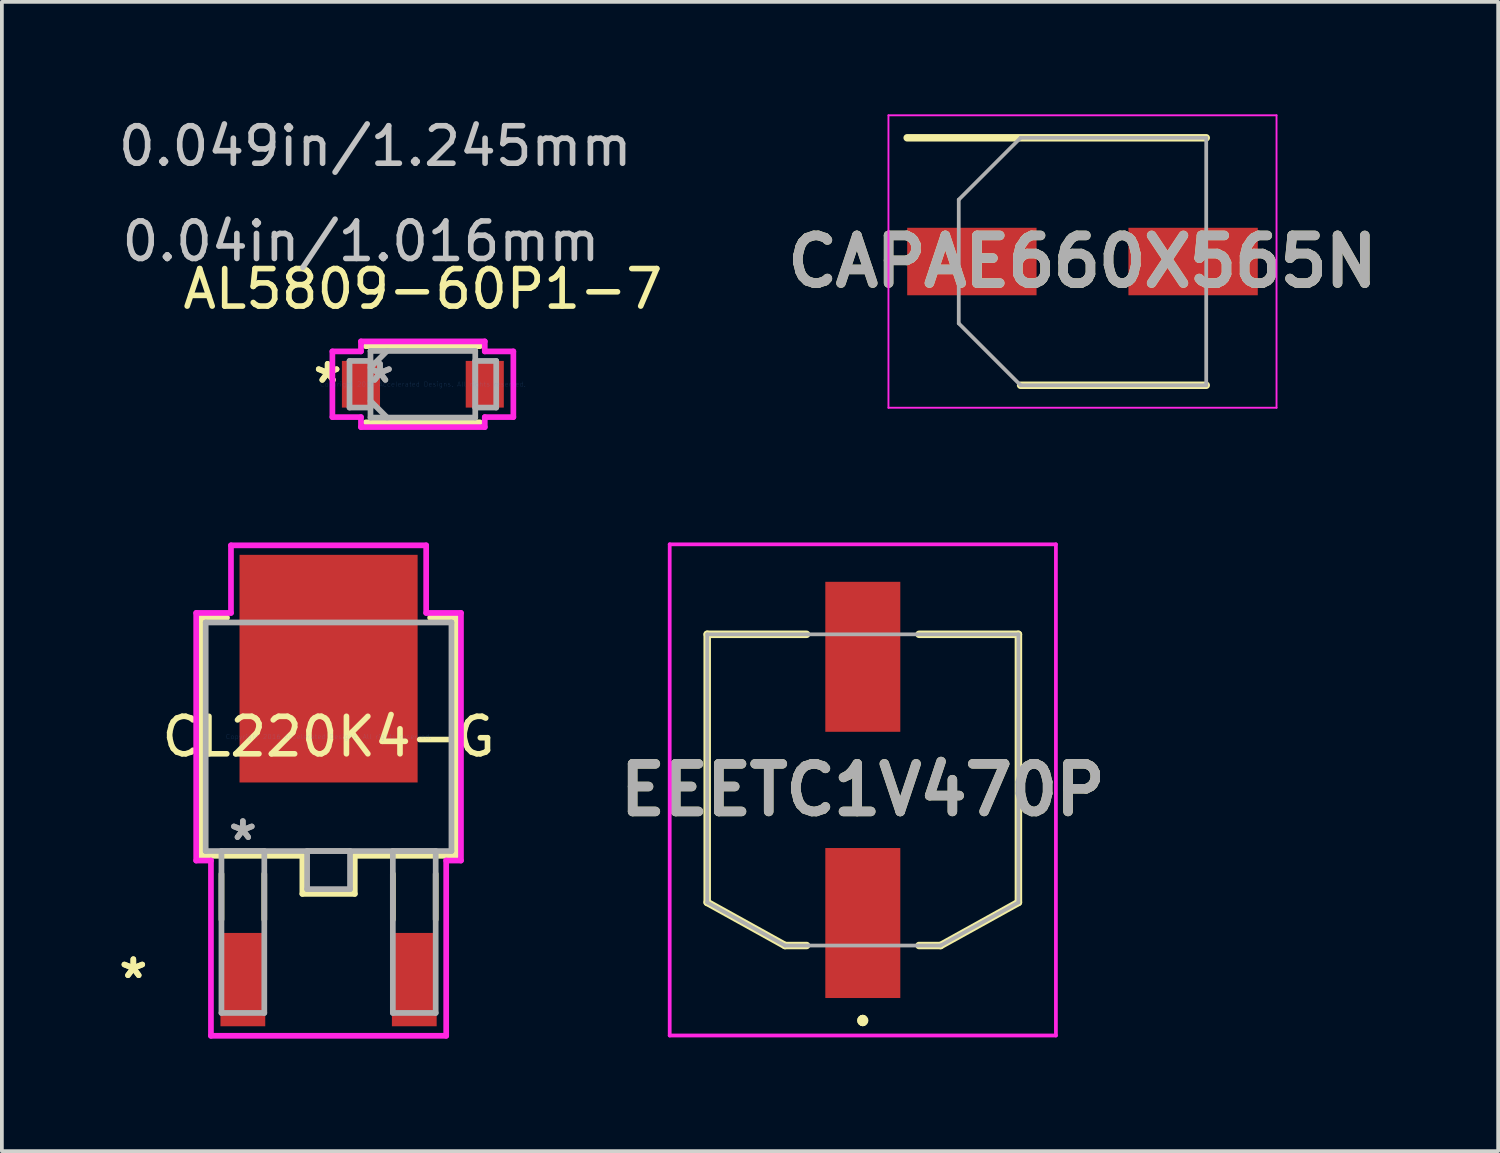
<source format=kicad_pcb>
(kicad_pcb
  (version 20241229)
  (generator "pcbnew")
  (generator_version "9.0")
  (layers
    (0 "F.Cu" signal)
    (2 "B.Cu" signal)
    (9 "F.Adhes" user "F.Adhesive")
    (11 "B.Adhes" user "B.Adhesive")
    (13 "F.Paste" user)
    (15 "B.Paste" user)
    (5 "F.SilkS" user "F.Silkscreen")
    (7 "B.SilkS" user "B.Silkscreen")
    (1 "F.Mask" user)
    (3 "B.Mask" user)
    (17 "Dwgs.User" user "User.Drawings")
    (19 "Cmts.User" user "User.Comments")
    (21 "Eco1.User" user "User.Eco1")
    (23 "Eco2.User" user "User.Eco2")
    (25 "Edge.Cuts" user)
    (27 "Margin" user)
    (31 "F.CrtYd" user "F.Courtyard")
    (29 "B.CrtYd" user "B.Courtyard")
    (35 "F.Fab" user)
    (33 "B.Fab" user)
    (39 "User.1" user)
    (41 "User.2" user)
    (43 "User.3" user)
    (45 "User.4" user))
  (footprint "AL5809-60P1-7"
    (layer "F.Cu")
    (at 8.228 7.198)
    (property "Reference" "AL5809-60P1-7" (at 0 -2.54 0) (layer "F.SilkS") (effects (font (size 1 1) (thickness 0.15))))
    (attr smd)
    (fp_line (start -1.524 1.016) (end 1.524 1.016) (stroke (width 0.152) (type solid)) (layer "F.SilkS"))
    (fp_line (start 1.524 -1.016) (end -1.524 -1.016) (stroke (width 0.152) (type solid)) (layer "F.SilkS"))
    (fp_line (start -2.413 -0.876) (end -1.651 -0.876) (stroke (width 0.152) (type solid)) (layer "F.CrtYd"))
    (fp_line (start -2.413 0.876) (end -2.413 -0.876) (stroke (width 0.152) (type solid)) (layer "F.CrtYd"))
    (fp_line (start -1.651 -1.143) (end 1.651 -1.143) (stroke (width 0.152) (type solid)) (layer "F.CrtYd"))
    (fp_line (start -1.651 -0.876) (end -1.651 -1.143) (stroke (width 0.152) (type solid)) (layer "F.CrtYd"))
    (fp_line (start -1.651 0.876) (end -2.413 0.876) (stroke (width 0.152) (type solid)) (layer "F.CrtYd"))
    (fp_line (start -1.651 1.143) (end -1.651 0.876) (stroke (width 0.152) (type solid)) (layer "F.CrtYd"))
    (fp_line (start 1.651 -1.143) (end 1.651 -0.876) (stroke (width 0.152) (type solid)) (layer "F.CrtYd"))
    (fp_line (start 1.651 -0.876) (end 2.413 -0.876) (stroke (width 0.152) (type solid)) (layer "F.CrtYd"))
    (fp_line (start 1.651 0.876) (end 1.651 1.143) (stroke (width 0.152) (type solid)) (layer "F.CrtYd"))
    (fp_line (start 1.651 1.143) (end -1.651 1.143) (stroke (width 0.152) (type solid)) (layer "F.CrtYd"))
    (fp_line (start 2.413 -0.876) (end 2.413 0.876) (stroke (width 0.152) (type solid)) (layer "F.CrtYd"))
    (fp_line (start 2.413 0.876) (end 1.651 0.876) (stroke (width 0.152) (type solid)) (layer "F.CrtYd"))
    (fp_line (start -1.956 -0.622) (end -1.956 0.622) (stroke (width 0.152) (type solid)) (layer "F.Fab"))
    (fp_line (start -1.956 0.622) (end -1.397 0.622) (stroke (width 0.152) (type solid)) (layer "F.Fab"))
    (fp_line (start -1.397 -0.889) (end -1.397 0.889) (stroke (width 0.152) (type solid)) (layer "F.Fab"))
    (fp_line (start -1.397 -0.622) (end -1.956 -0.622) (stroke (width 0.152) (type solid)) (layer "F.Fab"))
    (fp_line (start -1.397 -0.445) (end -0.953 -0.889) (stroke (width 0.152) (type solid)) (layer "F.Fab"))
    (fp_line (start -1.397 0.445) (end -0.953 0.889) (stroke (width 0.152) (type solid)) (layer "F.Fab"))
    (fp_line (start -1.397 0.622) (end -1.397 -0.622) (stroke (width 0.152) (type solid)) (layer "F.Fab"))
    (fp_line (start -1.397 0.889) (end 1.397 0.889) (stroke (width 0.152) (type solid)) (layer "F.Fab"))
    (fp_line (start 1.397 -0.889) (end -1.397 -0.889) (stroke (width 0.152) (type solid)) (layer "F.Fab"))
    (fp_line (start 1.397 -0.622) (end 1.397 0.622) (stroke (width 0.152) (type solid)) (layer "F.Fab"))
    (fp_line (start 1.397 0.622) (end 1.956 0.622) (stroke (width 0.152) (type solid)) (layer "F.Fab"))
    (fp_line (start 1.397 0.889) (end 1.397 -0.889) (stroke (width 0.152) (type solid)) (layer "F.Fab"))
    (fp_line (start 1.956 -0.622) (end 1.397 -0.622) (stroke (width 0.152) (type solid)) (layer "F.Fab"))
    (fp_line (start 1.956 0.622) (end 1.956 -0.622) (stroke (width 0.152) (type solid)) (layer "F.Fab"))
    (fp_text user "*" (at -2.54 0 0) (layer "F.SilkS") (effects (font (size 1 1) (thickness 0.15))))
    (fp_text user "*" (at -2.54 0 0) (layer "F.SilkS") (effects (font (size 1 1) (thickness 0.15))))
    (fp_text user "0.049in/1.245mm" (at -1.27 -6.35 0) (layer "Dwgs.User") (effects (font (size 1 1) (thickness 0.15))))
    (fp_text user "0.04in/1.016mm" (at -1.651 -3.81 0) (layer "Dwgs.User") (effects (font (size 1 1) (thickness 0.15))))
    (fp_text user "Copyright 2016 Accelerated Designs. All rights reserved." (at 0 0 0) (layer "Cmts.User") (effects (font (size 0.127 0.127) (thickness 0.002))))
    (fp_text user "*" (at -1.143 0 0) (layer "F.Fab") (effects (font (size 1 1) (thickness 0.15))))
    (fp_text user "*" (at -1.143 0 0) (layer "F.Fab") (effects (font (size 1 1) (thickness 0.15))))
    (pad "1" smd rect (at -1.651 0) (size 1.016 1.245) (layers "F.Cu" "F.Mask" "F.Paste"))
    (pad "2" smd rect (at 1.651 0) (size 1.016 1.245) (layers "F.Cu" "F.Mask" "F.Paste")))
  (footprint "EEETC1V470P"
    (layer "F.Cu")
    (at 19.961 18.017)
    (property "Reference" "EEETC1V470P" (at 0 0 0) (layer "F.SilkS") (effects (font (size 1.27 1.27) (thickness 0.254))))
    (attr smd)
    (fp_line (start -4.15 -4.15) (end -1.5 -4.15) (stroke (width 0.2) (type solid)) (layer "F.SilkS"))
    (fp_line (start -4.15 3) (end -4.15 -4.15) (stroke (width 0.2) (type solid)) (layer "F.SilkS"))
    (fp_line (start -2.075 4.15) (end -4.15 3) (stroke (width 0.2) (type solid)) (layer "F.SilkS"))
    (fp_line (start -1.5 4.15) (end -2.075 4.15) (stroke (width 0.2) (type solid)) (layer "F.SilkS"))
    (fp_line (start 0 6.1) (end 0 6.1) (stroke (width 0.2) (type solid)) (layer "F.SilkS"))
    (fp_line (start 0 6.1) (end 0 6.1) (stroke (width 0.2) (type solid)) (layer "F.SilkS"))
    (fp_line (start 0 6.2) (end 0 6.2) (stroke (width 0.2) (type solid)) (layer "F.SilkS"))
    (fp_line (start 1.5 -4.15) (end 4.15 -4.15) (stroke (width 0.2) (type solid)) (layer "F.SilkS"))
    (fp_line (start 2.075 4.15) (end 1.5 4.15) (stroke (width 0.2) (type solid)) (layer "F.SilkS"))
    (fp_line (start 4.15 -4.15) (end 4.15 3) (stroke (width 0.2) (type solid)) (layer "F.SilkS"))
    (fp_line (start 4.15 3) (end 2.075 4.15) (stroke (width 0.2) (type solid)) (layer "F.SilkS"))
    (fp_arc (start 0 6.1) (mid 0.05 6.15) (end 0 6.2) (stroke (width 0.2) (type solid)) (layer "F.SilkS"))
    (fp_arc (start 0 6.2) (mid -0.05 6.15) (end 0 6.1) (stroke (width 0.2) (type solid)) (layer "F.SilkS"))
    (fp_arc (start 0 6.2) (mid -0.05 6.15) (end 0 6.1) (stroke (width 0.2) (type solid)) (layer "F.SilkS"))
    (fp_line (start -5.15 -6.55) (end 5.15 -6.55) (stroke (width 0.1) (type solid)) (layer "F.CrtYd"))
    (fp_line (start -5.15 6.55) (end -5.15 -6.55) (stroke (width 0.1) (type solid)) (layer "F.CrtYd"))
    (fp_line (start 5.15 -6.55) (end 5.15 6.55) (stroke (width 0.1) (type solid)) (layer "F.CrtYd"))
    (fp_line (start 5.15 6.55) (end -5.15 6.55) (stroke (width 0.1) (type solid)) (layer "F.CrtYd"))
    (fp_line (start -4.15 -4.15) (end 4.15 -4.15) (stroke (width 0.1) (type solid)) (layer "F.Fab"))
    (fp_line (start -4.15 3) (end -4.15 -4.15) (stroke (width 0.1) (type solid)) (layer "F.Fab"))
    (fp_line (start -2.075 4.15) (end -4.15 3) (stroke (width 0.1) (type solid)) (layer "F.Fab"))
    (fp_line (start 2.075 4.15) (end -2.075 4.15) (stroke (width 0.1) (type solid)) (layer "F.Fab"))
    (fp_line (start 4.15 -4.15) (end 4.15 3) (stroke (width 0.1) (type solid)) (layer "F.Fab"))
    (fp_line (start 4.15 3) (end 2.075 4.15) (stroke (width 0.1) (type solid)) (layer "F.Fab"))
    (fp_text user "${REFERENCE}" (at 0 0 0) (layer "F.Fab") (effects (font (size 1.27 1.27) (thickness 0.254))))
    (pad "1" smd rect (at 0 3.55) (size 2 4) (layers "F.Cu" "F.Mask" "F.Paste"))
    (pad "2" smd rect (at 0 -3.55) (size 2 4) (layers "F.Cu" "F.Mask" "F.Paste")))
  (footprint "CAPAE660X565N"
    (layer "F.Cu")
    (at 25.82 3.925)
    (property "Reference" "CAPAE660X565N" (at 0 0 0) (layer "F.SilkS") (effects (font (size 1.27 1.27) (thickness 0.254))))
    (attr smd)
    (fp_line (start -4.675 -3.3) (end 3.3 -3.3) (stroke (width 0.2) (type solid)) (layer "F.SilkS"))
    (fp_line (start -1.65 3.3) (end 3.3 3.3) (stroke (width 0.2) (type solid)) (layer "F.SilkS"))
    (fp_line (start -5.175 -3.9) (end 5.175 -3.9) (stroke (width 0.05) (type solid)) (layer "F.CrtYd"))
    (fp_line (start -5.175 3.9) (end -5.175 -3.9) (stroke (width 0.05) (type solid)) (layer "F.CrtYd"))
    (fp_line (start 5.175 -3.9) (end 5.175 3.9) (stroke (width 0.05) (type solid)) (layer "F.CrtYd"))
    (fp_line (start 5.175 3.9) (end -5.175 3.9) (stroke (width 0.05) (type solid)) (layer "F.CrtYd"))
    (fp_line (start -3.3 -1.65) (end -3.3 1.65) (stroke (width 0.1) (type solid)) (layer "F.Fab"))
    (fp_line (start -3.3 1.65) (end -1.65 3.3) (stroke (width 0.1) (type solid)) (layer "F.Fab"))
    (fp_line (start -1.65 -3.3) (end -3.3 -1.65) (stroke (width 0.1) (type solid)) (layer "F.Fab"))
    (fp_line (start -1.65 3.3) (end 3.3 3.3) (stroke (width 0.1) (type solid)) (layer "F.Fab"))
    (fp_line (start 3.3 -3.3) (end -1.65 -3.3) (stroke (width 0.1) (type solid)) (layer "F.Fab"))
    (fp_line (start 3.3 3.3) (end 3.3 -3.3) (stroke (width 0.1) (type solid)) (layer "F.Fab"))
    (fp_text user "${REFERENCE}" (at 0 0 0) (layer "F.Fab") (effects (font (size 1.27 1.27) (thickness 0.254))))
    (pad "1" smd rect (at -2.95 0 90) (size 1.8 3.45) (layers "F.Cu" "F.Mask" "F.Paste"))
    (pad "2" smd rect (at 2.95 0 90) (size 1.8 3.45) (layers "F.Cu" "F.Mask" "F.Paste")))
  (footprint "CL220K4-G"
    (layer "F.Cu")
    (at 5.713 16.599)
    (property "Reference" "CL220K4-G" (at 0 0 0) (layer "F.SilkS") (effects (font (size 1 1) (thickness 0.15))))
    (attr through_hole)
    (fp_line (start -3.404 -3.175) (end -3.404 3.175) (stroke (width 0.152) (type solid)) (layer "F.SilkS"))
    (fp_line (start -3.404 3.175) (end -0.699 3.175) (stroke (width 0.152) (type solid)) (layer "F.SilkS"))
    (fp_line (start -2.857 3.658) (end -2.857 4.877) (stroke (width 0.152) (type solid)) (layer "F.SilkS"))
    (fp_line (start -2.708 -3.175) (end -3.404 -3.175) (stroke (width 0.152) (type solid)) (layer "F.SilkS"))
    (fp_line (start -1.714 3.658) (end -1.714 4.877) (stroke (width 0.152) (type solid)) (layer "F.SilkS"))
    (fp_line (start -0.699 3.175) (end -0.699 4.191) (stroke (width 0.152) (type solid)) (layer "F.SilkS"))
    (fp_line (start -0.699 4.191) (end 0.699 4.191) (stroke (width 0.152) (type solid)) (layer "F.SilkS"))
    (fp_line (start 0.699 3.175) (end 3.404 3.175) (stroke (width 0.152) (type solid)) (layer "F.SilkS"))
    (fp_line (start 0.699 4.191) (end 0.699 3.175) (stroke (width 0.152) (type solid)) (layer "F.SilkS"))
    (fp_line (start 1.714 3.658) (end 1.714 4.877) (stroke (width 0.152) (type solid)) (layer "F.SilkS"))
    (fp_line (start 2.857 3.658) (end 2.857 4.877) (stroke (width 0.152) (type solid)) (layer "F.SilkS"))
    (fp_line (start 3.404 -3.175) (end 2.708 -3.175) (stroke (width 0.152) (type solid)) (layer "F.SilkS"))
    (fp_line (start 3.404 3.175) (end 3.404 -3.175) (stroke (width 0.152) (type solid)) (layer "F.SilkS"))
    (fp_line (start -3.531 -3.302) (end -2.603 -3.302) (stroke (width 0.152) (type solid)) (layer "F.CrtYd"))
    (fp_line (start -3.531 3.302) (end -3.531 -3.302) (stroke (width 0.152) (type solid)) (layer "F.CrtYd"))
    (fp_line (start -3.137 3.302) (end -3.531 3.302) (stroke (width 0.152) (type solid)) (layer "F.CrtYd"))
    (fp_line (start -3.137 7.976) (end -3.137 3.302) (stroke (width 0.152) (type solid)) (layer "F.CrtYd"))
    (fp_line (start -2.603 -5.105) (end 2.603 -5.105) (stroke (width 0.152) (type solid)) (layer "F.CrtYd"))
    (fp_line (start -2.603 -3.302) (end -2.603 -5.105) (stroke (width 0.152) (type solid)) (layer "F.CrtYd"))
    (fp_line (start 2.603 -5.105) (end 2.603 -3.302) (stroke (width 0.152) (type solid)) (layer "F.CrtYd"))
    (fp_line (start 2.603 -3.302) (end 3.531 -3.302) (stroke (width 0.152) (type solid)) (layer "F.CrtYd"))
    (fp_line (start 3.137 3.302) (end 3.137 7.976) (stroke (width 0.152) (type solid)) (layer "F.CrtYd"))
    (fp_line (start 3.137 7.976) (end -3.137 7.976) (stroke (width 0.152) (type solid)) (layer "F.CrtYd"))
    (fp_line (start 3.531 -3.302) (end 3.531 3.302) (stroke (width 0.152) (type solid)) (layer "F.CrtYd"))
    (fp_line (start 3.531 3.302) (end 3.137 3.302) (stroke (width 0.152) (type solid)) (layer "F.CrtYd"))
    (fp_line (start -3.277 -3.048) (end -3.277 3.048) (stroke (width 0.152) (type solid)) (layer "F.Fab"))
    (fp_line (start -3.277 3.048) (end 3.277 3.048) (stroke (width 0.152) (type solid)) (layer "F.Fab"))
    (fp_line (start -2.857 3.048) (end -2.857 7.366) (stroke (width 0.152) (type solid)) (layer "F.Fab"))
    (fp_line (start -2.857 7.366) (end -1.714 7.366) (stroke (width 0.152) (type solid)) (layer "F.Fab"))
    (fp_line (start -1.714 3.048) (end -2.857 3.048) (stroke (width 0.152) (type solid)) (layer "F.Fab"))
    (fp_line (start -1.714 7.366) (end -1.714 3.048) (stroke (width 0.152) (type solid)) (layer "F.Fab"))
    (fp_line (start -0.572 3.048) (end -0.572 4.064) (stroke (width 0.152) (type solid)) (layer "F.Fab"))
    (fp_line (start -0.572 4.064) (end 0.572 4.064) (stroke (width 0.152) (type solid)) (layer "F.Fab"))
    (fp_line (start 0.572 3.048) (end -0.572 3.048) (stroke (width 0.152) (type solid)) (layer "F.Fab"))
    (fp_line (start 0.572 4.064) (end 0.572 3.048) (stroke (width 0.152) (type solid)) (layer "F.Fab"))
    (fp_line (start 1.714 3.048) (end 1.714 7.366) (stroke (width 0.152) (type solid)) (layer "F.Fab"))
    (fp_line (start 1.714 7.366) (end 2.857 7.366) (stroke (width 0.152) (type solid)) (layer "F.Fab"))
    (fp_line (start 2.857 3.048) (end 1.714 3.048) (stroke (width 0.152) (type solid)) (layer "F.Fab"))
    (fp_line (start 2.857 7.366) (end 2.857 3.048) (stroke (width 0.152) (type solid)) (layer "F.Fab"))
    (fp_line (start 3.277 -3.048) (end -3.277 -3.048) (stroke (width 0.152) (type solid)) (layer "F.Fab"))
    (fp_line (start 3.277 3.048) (end 3.277 -3.048) (stroke (width 0.152) (type solid)) (layer "F.Fab"))
    (fp_text user "*" (at -5.207 6.477 0) (layer "F.SilkS") (effects (font (size 1 1) (thickness 0.15))))
    (fp_text user "*" (at -5.207 6.477 0) (layer "F.SilkS") (effects (font (size 1 1) (thickness 0.15))))
    (fp_text user "Copyright 2016 Accelerated Designs. All rights reserved." (at 0 0 0) (layer "Cmts.User") (effects (font (size 0.127 0.127) (thickness 0.002))))
    (fp_text user "*" (at -2.286 2.794 0) (layer "F.Fab") (effects (font (size 1 1) (thickness 0.15))))
    (fp_text user "*" (at -2.286 2.794 0) (layer "F.Fab") (effects (font (size 1 1) (thickness 0.15))))
    (pad "1" smd rect (at -2.286 6.477) (size 1.194 2.489) (layers "F.Cu" "F.Mask" "F.Paste"))
    (pad "2" smd rect (at 0 -1.816) (size 4.75 6.071) (layers "F.Cu" "F.Mask" "F.Paste"))
    (pad "3" smd rect (at 2.286 6.477) (size 1.194 2.489) (layers "F.Cu" "F.Mask" "F.Paste")))
  (gr_rect
    (start -3 -3)
    (end 36.906 27.651)
    (stroke (width 0.1) (type default))
    (fill no)
    (layer "Edge.Cuts")))
</source>
